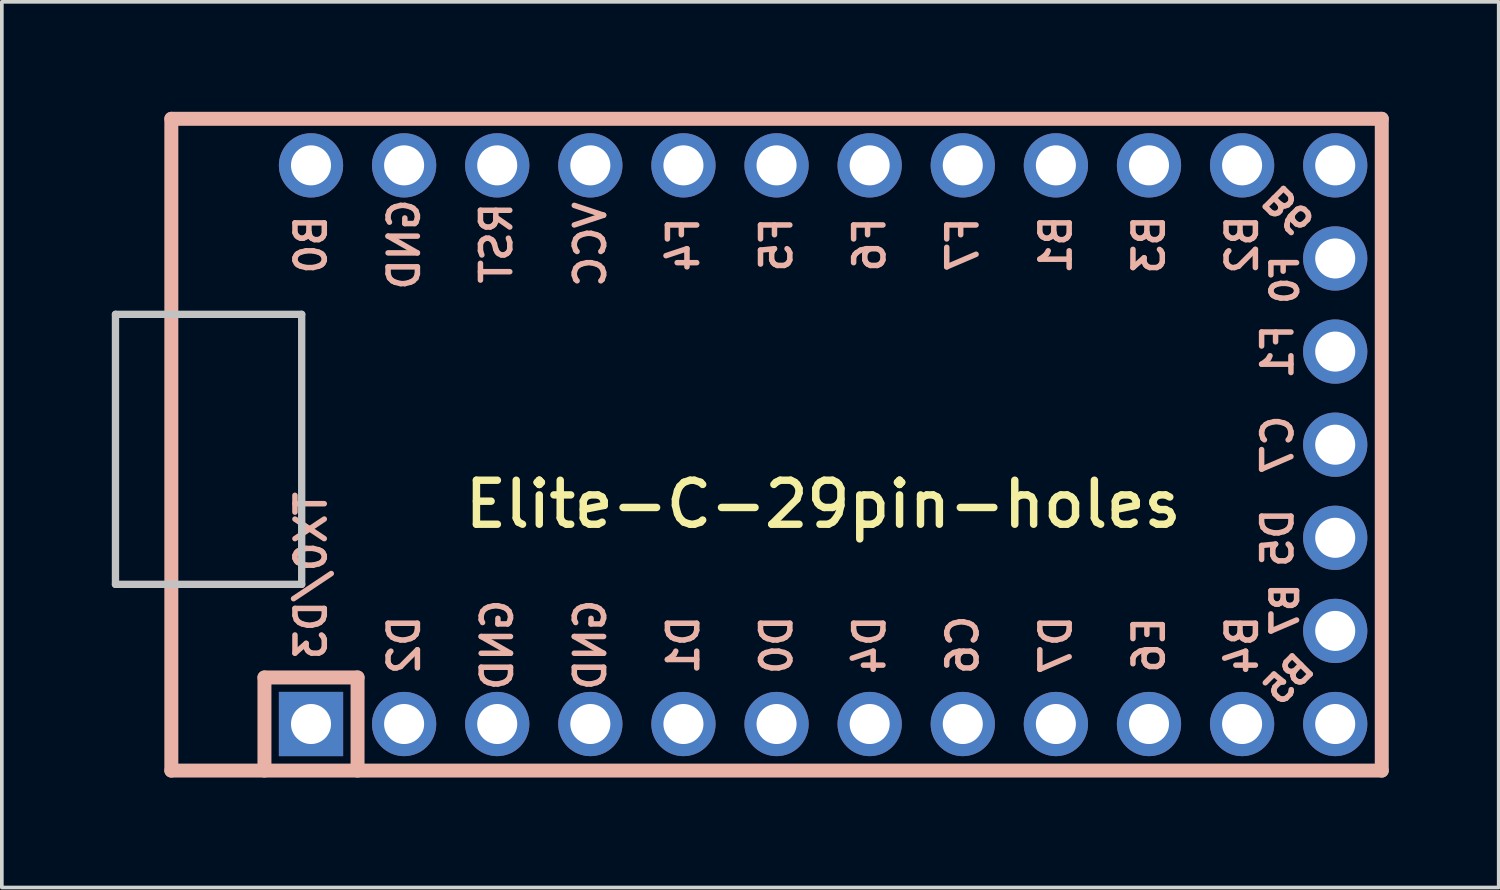
<source format=kicad_pcb>
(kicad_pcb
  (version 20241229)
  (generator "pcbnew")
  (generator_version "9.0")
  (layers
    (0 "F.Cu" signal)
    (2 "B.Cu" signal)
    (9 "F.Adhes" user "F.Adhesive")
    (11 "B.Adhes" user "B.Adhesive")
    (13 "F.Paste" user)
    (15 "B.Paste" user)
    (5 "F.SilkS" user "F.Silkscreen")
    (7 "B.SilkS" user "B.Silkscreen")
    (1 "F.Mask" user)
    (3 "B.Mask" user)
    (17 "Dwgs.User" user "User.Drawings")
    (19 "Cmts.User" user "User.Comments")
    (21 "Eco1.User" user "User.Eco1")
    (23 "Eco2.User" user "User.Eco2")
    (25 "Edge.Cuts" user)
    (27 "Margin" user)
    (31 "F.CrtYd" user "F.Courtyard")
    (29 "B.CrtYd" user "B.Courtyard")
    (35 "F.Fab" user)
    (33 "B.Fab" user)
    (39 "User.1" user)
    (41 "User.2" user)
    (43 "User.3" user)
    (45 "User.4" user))
  (footprint "Elite-C-29pin-holes"
    (layer "F.Cu")
    (at 19.404 9.081)
    (property "Reference" "Elite-C-29pin-holes" (at 0 1.625 0) (layer "F.SilkS") (effects (font (size 1.2 1.2) (thickness 0.203))))
    (attr through_hole)
    (fp_line (start -17.78 -8.89) (end -17.78 8.89) (stroke (width 0.381) (type solid)) (layer "B.SilkS"))
    (fp_line (start -17.78 8.89) (end 15.24 8.89) (stroke (width 0.381) (type solid)) (layer "B.SilkS"))
    (fp_line (start -15.24 6.35) (end -15.24 8.89) (stroke (width 0.381) (type solid)) (layer "B.SilkS"))
    (fp_line (start -15.24 6.35) (end -12.7 6.35) (stroke (width 0.381) (type solid)) (layer "B.SilkS"))
    (fp_line (start -12.7 6.35) (end -12.7 8.89) (stroke (width 0.381) (type solid)) (layer "B.SilkS"))
    (fp_line (start 15.24 -8.89) (end -17.78 -8.89) (stroke (width 0.381) (type solid)) (layer "B.SilkS"))
    (fp_line (start 15.24 8.89) (end 15.24 -8.89) (stroke (width 0.381) (type solid)) (layer "B.SilkS"))
    (fp_line (start -19.304 -3.556) (end -14.224 -3.556) (stroke (width 0.2) (type solid)) (layer "Dwgs.User"))
    (fp_line (start -19.304 3.81) (end -19.304 -3.556) (stroke (width 0.2) (type solid)) (layer "Dwgs.User"))
    (fp_line (start -14.224 -3.556) (end -14.224 3.81) (stroke (width 0.2) (type solid)) (layer "Dwgs.User"))
    (fp_line (start -14.224 3.81) (end -19.304 3.81) (stroke (width 0.2) (type solid)) (layer "Dwgs.User"))
    (fp_text user "F1" (at 12.4 -2.54 90) (layer "B.SilkS") (effects (font (size 0.8 0.8) (thickness 0.15)) (justify mirror)))
    (fp_text user "D0" (at -1.27 5.461 90) (layer "B.SilkS") (effects (font (size 0.8 0.8) (thickness 0.15)) (justify mirror)))
    (fp_text user "GND" (at -6.35 5.461 90) (layer "B.SilkS") (effects (font (size 0.8 0.8) (thickness 0.15)) (justify mirror)))
    (fp_text user "F0" (at 12.6 -4.5 90) (layer "B.SilkS") (effects (font (size 0.7 0.7) (thickness 0.15)) (justify mirror)))
    (fp_text user "F7" (at 3.81 -5.461 90) (layer "B.SilkS") (effects (font (size 0.8 0.8) (thickness 0.15)) (justify mirror)))
    (fp_text user "B2" (at 11.43 -5.461 90) (layer "B.SilkS") (effects (font (size 0.8 0.8) (thickness 0.15)) (justify mirror)))
    (fp_text user "F4" (at -3.81 -5.461 90) (layer "B.SilkS") (effects (font (size 0.8 0.8) (thickness 0.15)) (justify mirror)))
    (fp_text user "RST" (at -8.91 -5.5 90) (layer "B.SilkS") (effects (font (size 0.8 0.8) (thickness 0.15)) (justify mirror)))
    (fp_text user "F6" (at 1.27 -5.461 90) (layer "B.SilkS") (effects (font (size 0.8 0.8) (thickness 0.15)) (justify mirror)))
    (fp_text user "D7" (at 6.35 5.461 90) (layer "B.SilkS") (effects (font (size 0.8 0.8) (thickness 0.15)) (justify mirror)))
    (fp_text user "D1" (at -3.81 5.461 90) (layer "B.SilkS") (effects (font (size 0.8 0.8) (thickness 0.15)) (justify mirror)))
    (fp_text user "VCC" (at -6.35 -5.461 90) (layer "B.SilkS") (effects (font (size 0.8 0.8) (thickness 0.15)) (justify mirror)))
    (fp_text user "B7" (at 12.6 4.5 90) (layer "B.SilkS") (effects (font (size 0.7 0.7) (thickness 0.15)) (justify mirror)))
    (fp_text user "D2" (at -11.43 5.461 90) (layer "B.SilkS") (effects (font (size 0.8 0.8) (thickness 0.15)) (justify mirror)))
    (fp_text user "GND" (at -8.89 5.461 90) (layer "B.SilkS") (effects (font (size 0.8 0.8) (thickness 0.15)) (justify mirror)))
    (fp_text user "B4" (at 11.43 5.461 90) (layer "B.SilkS") (effects (font (size 0.8 0.8) (thickness 0.15)) (justify mirror)))
    (fp_text user "C6" (at 3.81 5.461 90) (layer "B.SilkS") (effects (font (size 0.8 0.8) (thickness 0.15)) (justify mirror)))
    (fp_text user "B6" (at 12.7 -6.4 135) (unlocked yes) (layer "B.SilkS") (effects (font (size 0.7 0.7) (thickness 0.15)) (justify mirror)))
    (fp_text user "E6" (at 8.89 5.461 90) (layer "B.SilkS") (effects (font (size 0.8 0.8) (thickness 0.15)) (justify mirror)))
    (fp_text user "B5" (at 12.7 6.4 45) (layer "B.SilkS") (effects (font (size 0.7 0.7) (thickness 0.15)) (justify mirror)))
    (fp_text user "F5" (at -1.27 -5.461 90) (layer "B.SilkS") (effects (font (size 0.8 0.8) (thickness 0.15)) (justify mirror)))
    (fp_text user "B0" (at -13.97 -5.461 90) (layer "B.SilkS") (effects (font (size 0.8 0.8) (thickness 0.15)) (justify mirror)))
    (fp_text user "D4" (at 1.27 5.461 90) (layer "B.SilkS") (effects (font (size 0.8 0.8) (thickness 0.15)) (justify mirror)))
    (fp_text user "GND" (at -11.43 -5.461 90) (layer "B.SilkS") (effects (font (size 0.8 0.8) (thickness 0.15)) (justify mirror)))
    (fp_text user "D5" (at 12.4 2.54 90) (layer "B.SilkS") (effects (font (size 0.8 0.8) (thickness 0.15)) (justify mirror)))
    (fp_text user "B3" (at 8.89 -5.461 90) (layer "B.SilkS") (effects (font (size 0.8 0.8) (thickness 0.15)) (justify mirror)))
    (fp_text user "TX0/D3" (at -13.97 3.572 90) (layer "B.SilkS") (effects (font (size 0.8 0.8) (thickness 0.15)) (justify mirror)))
    (fp_text user "C7" (at 12.4 0 90) (layer "B.SilkS") (effects (font (size 0.8 0.8) (thickness 0.15)) (justify mirror)))
    (fp_text user "B1" (at 6.35 -5.461 90) (layer "B.SilkS") (effects (font (size 0.8 0.8) (thickness 0.15)) (justify mirror)))
    (pad "1" thru_hole rect (at -13.97 7.62) (size 1.753 1.753) (drill 1.092) (layers "*.Cu" "*.Mask"))
    (pad "2" thru_hole circle (at -11.43 7.62) (size 1.753 1.753) (drill 1.092) (layers "*.Cu" "*.Mask"))
    (pad "3" thru_hole circle (at -8.89 7.62) (size 1.753 1.753) (drill 1.092) (layers "*.Cu" "*.Mask"))
    (pad "4" thru_hole circle (at -6.35 7.62) (size 1.753 1.753) (drill 1.092) (layers "*.Cu" "*.Mask"))
    (pad "5" thru_hole circle (at -3.81 7.62) (size 1.753 1.753) (drill 1.092) (layers "*.Cu" "*.Mask"))
    (pad "6" thru_hole circle (at -1.27 7.62) (size 1.753 1.753) (drill 1.092) (layers "*.Cu" "*.Mask"))
    (pad "7" thru_hole circle (at 1.27 7.62) (size 1.753 1.753) (drill 1.092) (layers "*.Cu" "*.Mask"))
    (pad "8" thru_hole circle (at 3.81 7.62) (size 1.753 1.753) (drill 1.092) (layers "*.Cu" "*.Mask"))
    (pad "9" thru_hole circle (at 6.35 7.62) (size 1.753 1.753) (drill 1.092) (layers "*.Cu" "*.Mask"))
    (pad "10" thru_hole circle (at 8.89 7.62) (size 1.753 1.753) (drill 1.092) (layers "*.Cu" "*.Mask"))
    (pad "11" thru_hole circle (at 11.43 7.62) (size 1.753 1.753) (drill 1.092) (layers "*.Cu" "*.Mask"))
    (pad "12" thru_hole circle (at 13.97 7.62) (size 1.753 1.753) (drill 1.092) (layers "*.Cu" "*.Mask"))
    (pad "13" thru_hole circle (at 13.97 -7.62) (size 1.753 1.753) (drill 1.092) (layers "*.Cu" "*.Mask"))
    (pad "14" thru_hole circle (at 11.43 -7.62) (size 1.753 1.753) (drill 1.092) (layers "*.Cu" "*.Mask"))
    (pad "15" thru_hole circle (at 8.89 -7.62) (size 1.753 1.753) (drill 1.092) (layers "*.Cu" "*.Mask"))
    (pad "16" thru_hole circle (at 6.35 -7.62) (size 1.753 1.753) (drill 1.092) (layers "*.Cu" "*.Mask"))
    (pad "17" thru_hole circle (at 3.81 -7.62) (size 1.753 1.753) (drill 1.092) (layers "*.Cu" "*.Mask"))
    (pad "18" thru_hole circle (at 1.27 -7.62) (size 1.753 1.753) (drill 1.092) (layers "*.Cu" "*.Mask"))
    (pad "19" thru_hole circle (at -1.27 -7.62) (size 1.753 1.753) (drill 1.092) (layers "*.Cu" "*.Mask"))
    (pad "20" thru_hole circle (at -3.81 -7.62) (size 1.753 1.753) (drill 1.092) (layers "*.Cu" "*.Mask"))
    (pad "21" thru_hole circle (at -6.35 -7.62) (size 1.753 1.753) (drill 1.092) (layers "*.Cu" "*.Mask"))
    (pad "22" thru_hole circle (at -8.89 -7.62) (size 1.753 1.753) (drill 1.092) (layers "*.Cu" "*.Mask"))
    (pad "23" thru_hole circle (at -11.43 -7.62) (size 1.753 1.753) (drill 1.092) (layers "*.Cu" "*.Mask"))
    (pad "24" thru_hole circle (at -13.97 -7.62) (size 1.753 1.753) (drill 1.092) (layers "*.Cu" "*.Mask"))
    (pad "25" thru_hole circle (at 13.97 5.08) (size 1.753 1.753) (drill 1.092) (layers "*.Cu" "*.Mask"))
    (pad "26" thru_hole circle (at 13.97 2.54) (size 1.753 1.753) (drill 1.092) (layers "*.Cu" "*.Mask"))
    (pad "27" thru_hole circle (at 13.97 0) (size 1.753 1.753) (drill 1.092) (layers "*.Cu" "*.Mask"))
    (pad "28" thru_hole circle (at 13.97 -2.54) (size 1.753 1.753) (drill 1.092) (layers "*.Cu" "*.Mask"))
    (pad "29" thru_hole circle (at 13.97 -5.08) (size 1.753 1.753) (drill 1.092) (layers "*.Cu" "*.Mask")))
  (gr_rect
    (start -3 -3)
    (end 37.834 21.161)
    (stroke (width 0.1) (type default))
    (fill no)
    (layer "Edge.Cuts")))
</source>
